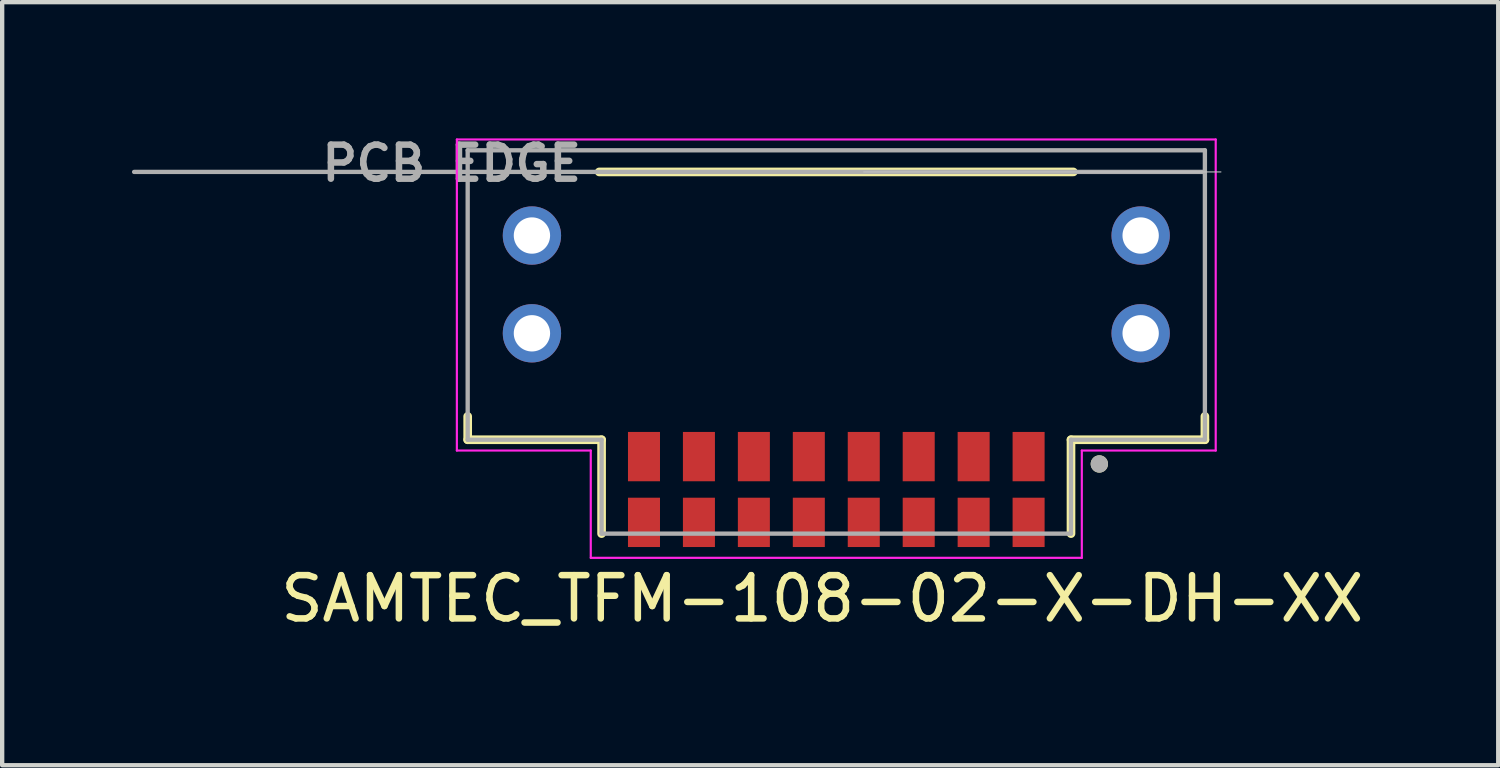
<source format=kicad_pcb>
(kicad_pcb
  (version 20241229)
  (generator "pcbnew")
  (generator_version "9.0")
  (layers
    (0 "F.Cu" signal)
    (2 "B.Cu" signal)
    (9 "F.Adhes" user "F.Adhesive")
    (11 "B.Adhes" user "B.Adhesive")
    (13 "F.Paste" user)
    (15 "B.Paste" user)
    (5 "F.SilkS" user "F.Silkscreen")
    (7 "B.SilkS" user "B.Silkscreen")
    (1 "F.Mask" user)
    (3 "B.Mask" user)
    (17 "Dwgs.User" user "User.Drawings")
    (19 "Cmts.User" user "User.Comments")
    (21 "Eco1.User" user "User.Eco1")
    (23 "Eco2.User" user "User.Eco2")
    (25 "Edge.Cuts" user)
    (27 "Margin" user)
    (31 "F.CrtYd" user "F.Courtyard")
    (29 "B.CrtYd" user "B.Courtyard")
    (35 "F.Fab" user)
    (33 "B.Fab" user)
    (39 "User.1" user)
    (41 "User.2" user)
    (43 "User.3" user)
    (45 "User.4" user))
  (footprint "SAMTEC_TFM-108-02-X-DH-XX"
    (layer "F.Cu")
    (at 16.28 8.264)
    (property "Reference" "SAMTEC_TFM-108-02-X-DH-XX" (at -0.325 2.525 0) (layer "F.SilkS") (effects (font (size 1 1) (thickness 0.15))))
    (attr smd)
    (fp_line (start -8.52 -1.15) (end -8.52 -1.69) (stroke (width 0.2) (type solid)) (layer "F.SilkS"))
    (fp_line (start -5.48 -7.34) (end 5.48 -7.34) (stroke (width 0.2) (type solid)) (layer "F.SilkS"))
    (fp_line (start -5.425 -1.15) (end -8.52 -1.15) (stroke (width 0.2) (type solid)) (layer "F.SilkS"))
    (fp_line (start -5.425 1.02) (end -5.425 -1.15) (stroke (width 0.2) (type solid)) (layer "F.SilkS"))
    (fp_line (start 5.425 -1.15) (end 5.425 1.02) (stroke (width 0.2) (type solid)) (layer "F.SilkS"))
    (fp_line (start 8.52 -1.69) (end 8.52 -1.15) (stroke (width 0.2) (type solid)) (layer "F.SilkS"))
    (fp_line (start 8.52 -1.15) (end 5.425 -1.15) (stroke (width 0.2) (type solid)) (layer "F.SilkS"))
    (fp_circle (center 6.08 -0.59) (end 6.18 -0.59) (stroke (width 0.2) (type solid)) (fill no) (layer "F.SilkS"))
    (fp_poly (pts (xy -8.415 -7.22) (xy -5.955 -7.22) (xy -5.955 -4.93) (xy -8.415 -4.93)) (stroke (width 0.01) (type solid)) (fill yes) (layer "F.Paste"))
    (fp_poly (pts (xy -8.415 -4.55) (xy -5.955 -4.55) (xy -5.955 -2.09) (xy -8.415 -2.09)) (stroke (width 0.01) (type solid)) (fill yes) (layer "F.Paste"))
    (fp_poly (pts (xy 5.955 -7.22) (xy 8.415 -7.22) (xy 8.415 -4.93) (xy 5.955 -4.93)) (stroke (width 0.01) (type solid)) (fill yes) (layer "F.Paste"))
    (fp_poly (pts (xy 5.955 -4.55) (xy 8.415 -4.55) (xy 8.415 -2.09) (xy 5.955 -2.09)) (stroke (width 0.01) (type solid)) (fill yes) (layer "F.Paste"))
    (fp_line (start 0.635 -7.34) (end 8.89 -7.34) (stroke (width 0.025) (type solid)) (layer "Dwgs.User"))
    (fp_line (start -8.77 -8.09) (end 8.77 -8.09) (stroke (width 0.05) (type solid)) (layer "F.CrtYd"))
    (fp_line (start -8.77 -0.9) (end -8.77 -8.09) (stroke (width 0.05) (type solid)) (layer "F.CrtYd"))
    (fp_line (start -5.675 -0.9) (end -8.77 -0.9) (stroke (width 0.05) (type solid)) (layer "F.CrtYd"))
    (fp_line (start -5.675 1.58) (end -5.675 -0.9) (stroke (width 0.05) (type solid)) (layer "F.CrtYd"))
    (fp_line (start 5.675 -0.9) (end 5.675 1.58) (stroke (width 0.05) (type solid)) (layer "F.CrtYd"))
    (fp_line (start 5.675 1.58) (end -5.675 1.58) (stroke (width 0.05) (type solid)) (layer "F.CrtYd"))
    (fp_line (start 8.77 -8.09) (end 8.77 -0.9) (stroke (width 0.05) (type solid)) (layer "F.CrtYd"))
    (fp_line (start 8.77 -0.9) (end 5.675 -0.9) (stroke (width 0.05) (type solid)) (layer "F.CrtYd"))
    (fp_line (start -16.23 -7.34) (end 8.52 -7.34) (stroke (width 0.1) (type solid)) (layer "F.Fab"))
    (fp_line (start -8.52 -7.84) (end 8.52 -7.84) (stroke (width 0.1) (type solid)) (layer "F.Fab"))
    (fp_line (start -8.52 -1.15) (end -8.52 -7.84) (stroke (width 0.1) (type solid)) (layer "F.Fab"))
    (fp_line (start -5.425 -1.15) (end -8.52 -1.15) (stroke (width 0.1) (type solid)) (layer "F.Fab"))
    (fp_line (start -5.425 1.02) (end -5.425 -1.15) (stroke (width 0.1) (type solid)) (layer "F.Fab"))
    (fp_line (start 5.425 -1.15) (end 5.425 1.02) (stroke (width 0.1) (type solid)) (layer "F.Fab"))
    (fp_line (start 5.425 1.02) (end -5.425 1.02) (stroke (width 0.1) (type solid)) (layer "F.Fab"))
    (fp_line (start 8.52 -7.84) (end 8.52 -7.34) (stroke (width 0.1) (type solid)) (layer "F.Fab"))
    (fp_line (start 8.52 -7.34) (end 8.52 -1.15) (stroke (width 0.1) (type solid)) (layer "F.Fab"))
    (fp_line (start 8.52 -1.15) (end 5.425 -1.15) (stroke (width 0.1) (type solid)) (layer "F.Fab"))
    (fp_circle (center 6.08 -0.59) (end 6.18 -0.59) (stroke (width 0.2) (type solid)) (fill no) (layer "F.Fab"))
    (fp_text user "PCB EDGE" (at -8.89 -7.54 0) (layer "F.Fab") (effects (font (size 0.787 0.787) (thickness 0.15))))
    (pad "01" smd rect (at 4.445 -0.76) (size 0.74 1.14) (layers "F.Cu" "F.Mask" "F.Paste"))
    (pad "02" smd rect (at 4.445 0.76) (size 0.74 1.14) (layers "F.Cu" "F.Mask" "F.Paste"))
    (pad "03" smd rect (at 3.175 -0.76) (size 0.74 1.14) (layers "F.Cu" "F.Mask" "F.Paste"))
    (pad "04" smd rect (at 3.175 0.76) (size 0.74 1.14) (layers "F.Cu" "F.Mask" "F.Paste"))
    (pad "05" smd rect (at 1.905 -0.76) (size 0.74 1.14) (layers "F.Cu" "F.Mask" "F.Paste"))
    (pad "06" smd rect (at 1.905 0.76) (size 0.74 1.14) (layers "F.Cu" "F.Mask" "F.Paste"))
    (pad "07" smd rect (at 0.635 -0.76) (size 0.74 1.14) (layers "F.Cu" "F.Mask" "F.Paste"))
    (pad "08" smd rect (at 0.635 0.76) (size 0.74 1.14) (layers "F.Cu" "F.Mask" "F.Paste"))
    (pad "09" smd rect (at -0.635 -0.76) (size 0.74 1.14) (layers "F.Cu" "F.Mask" "F.Paste"))
    (pad "10" smd rect (at -0.635 0.76) (size 0.74 1.14) (layers "F.Cu" "F.Mask" "F.Paste"))
    (pad "11" smd rect (at -1.905 -0.76) (size 0.74 1.14) (layers "F.Cu" "F.Mask" "F.Paste"))
    (pad "12" smd rect (at -1.905 0.76) (size 0.74 1.14) (layers "F.Cu" "F.Mask" "F.Paste"))
    (pad "13" smd rect (at -3.175 -0.76) (size 0.74 1.14) (layers "F.Cu" "F.Mask" "F.Paste"))
    (pad "14" smd rect (at -3.175 0.76) (size 0.74 1.14) (layers "F.Cu" "F.Mask" "F.Paste"))
    (pad "15" smd rect (at -4.445 -0.76) (size 0.74 1.14) (layers "F.Cu" "F.Mask" "F.Paste"))
    (pad "16" smd rect (at -4.445 0.76) (size 0.74 1.14) (layers "F.Cu" "F.Mask" "F.Paste"))
    (pad "S1" thru_hole circle (at 7.035 -5.87) (size 1.348 1.348) (drill 0.84) (layers "*.Cu" "*.Mask"))
    (pad "S2" thru_hole circle (at -7.035 -5.87) (size 1.348 1.348) (drill 0.84) (layers "*.Cu" "*.Mask"))
    (pad "S3" thru_hole circle (at 7.035 -3.61) (size 1.348 1.348) (drill 0.84) (layers "*.Cu" "*.Mask"))
    (pad "S4" thru_hole circle (at -7.035 -3.61) (size 1.348 1.348) (drill 0.84) (layers "*.Cu" "*.Mask")))
  (gr_rect
    (start -3 -3)
    (end 31.58 14.637)
    (stroke (width 0.1) (type default))
    (fill no)
    (layer "Edge.Cuts")))
</source>
